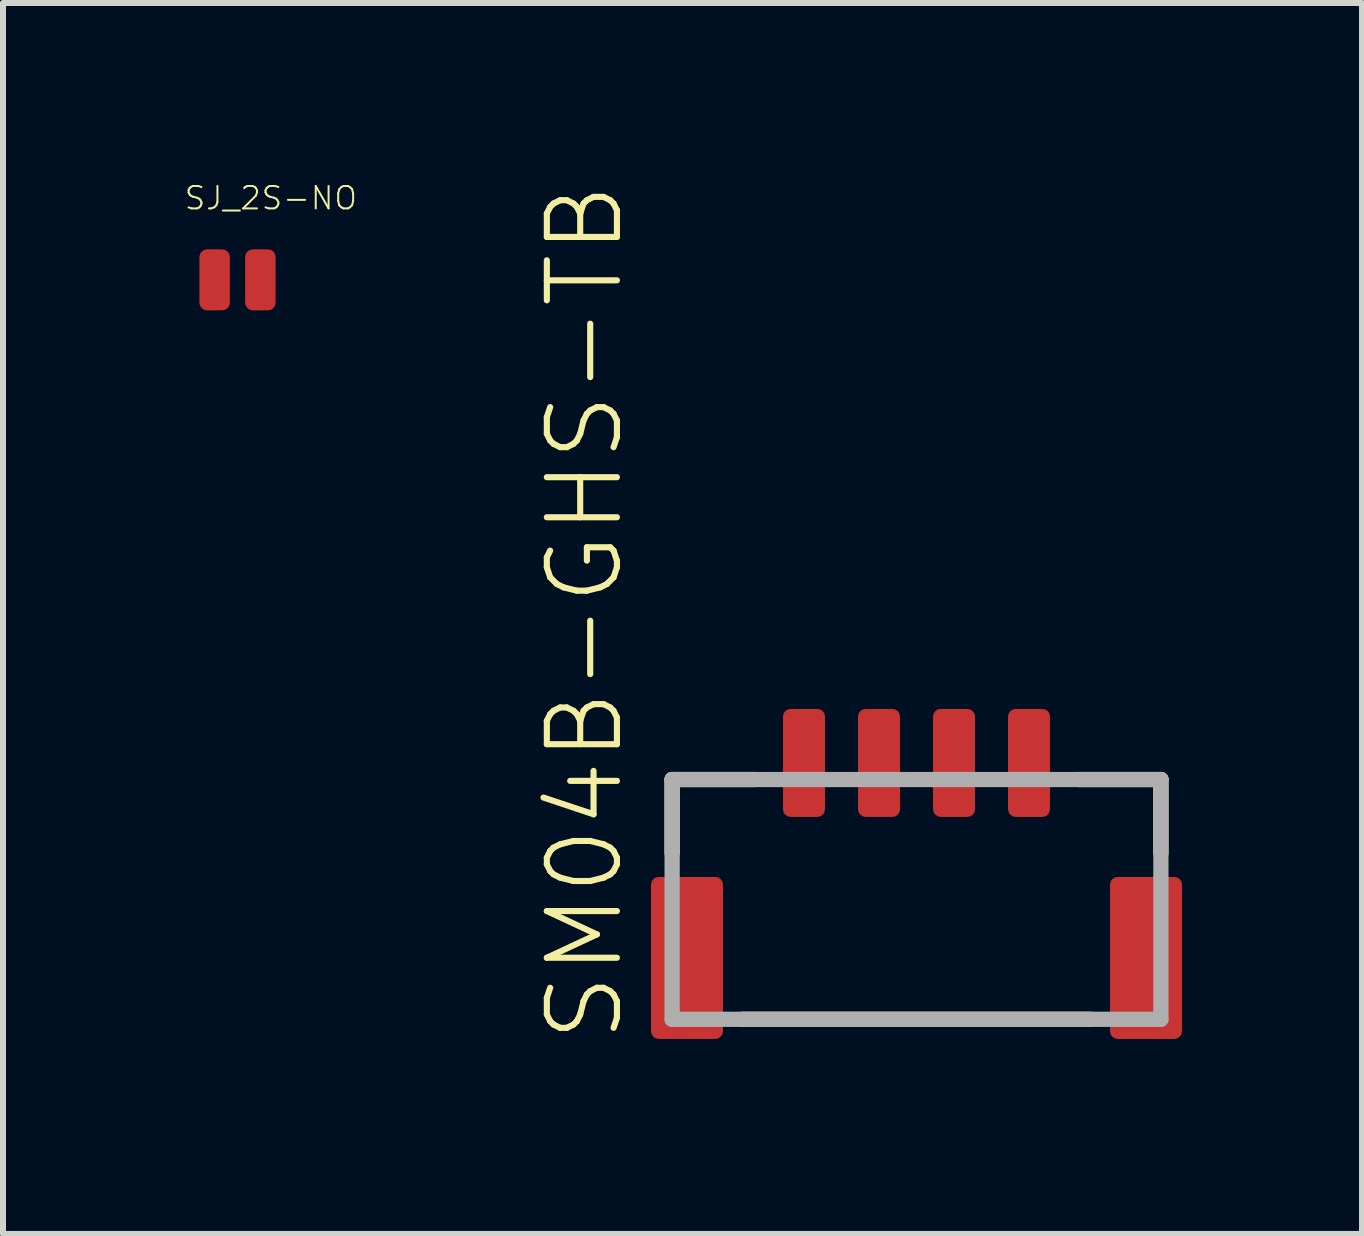
<source format=kicad_pcb>
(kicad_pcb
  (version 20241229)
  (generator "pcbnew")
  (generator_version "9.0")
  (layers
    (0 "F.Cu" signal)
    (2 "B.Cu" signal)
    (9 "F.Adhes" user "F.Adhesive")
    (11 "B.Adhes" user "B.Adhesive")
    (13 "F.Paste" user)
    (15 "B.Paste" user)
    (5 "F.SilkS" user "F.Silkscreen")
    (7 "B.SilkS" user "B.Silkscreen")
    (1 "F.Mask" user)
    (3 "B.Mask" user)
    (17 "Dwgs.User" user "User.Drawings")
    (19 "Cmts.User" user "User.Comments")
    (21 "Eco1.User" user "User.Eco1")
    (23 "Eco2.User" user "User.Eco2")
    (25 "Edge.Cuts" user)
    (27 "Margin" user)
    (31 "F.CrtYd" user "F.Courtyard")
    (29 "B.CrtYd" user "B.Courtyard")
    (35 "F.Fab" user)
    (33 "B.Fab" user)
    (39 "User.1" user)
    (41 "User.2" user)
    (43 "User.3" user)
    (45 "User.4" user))
  (footprint "SM04B-GHS-TB"
    (layer "F.Cu")
    (at 12.225 14.265)
    (property "Reference" "SM04B-GHS-TB" (at -4.845 0.105 90) (layer "F.SilkS") (effects (font (size 1.168 1.168) (thickness 0.102)) (justify left bottom)))
    (fp_line (start -4.073 -4.323) (end -2.7 -4.323) (stroke (width 0.254) (type solid)) (layer "F.SilkS"))
    (fp_line (start -4.073 -3.1) (end -4.073 -4.323) (stroke (width 0.254) (type solid)) (layer "F.SilkS"))
    (fp_line (start -2.9 -0.327) (end 2.9 -0.327) (stroke (width 0.254) (type solid)) (layer "F.SilkS"))
    (fp_line (start 4.073 -4.323) (end 2.7 -4.323) (stroke (width 0.254) (type solid)) (layer "F.SilkS"))
    (fp_line (start 4.073 -3.1) (end 4.073 -4.323) (stroke (width 0.254) (type solid)) (layer "F.SilkS"))
    (fp_line (start -4.073 -4.323) (end 4.073 -4.323) (stroke (width 0.254) (type solid)) (layer "F.Fab"))
    (fp_line (start -4.073 -0.327) (end -4.073 -4.323) (stroke (width 0.254) (type solid)) (layer "F.Fab"))
    (fp_line (start 4.073 -4.323) (end 4.073 -0.327) (stroke (width 0.254) (type solid)) (layer "F.Fab"))
    (fp_line (start 4.073 -0.327) (end -4.073 -0.327) (stroke (width 0.254) (type solid)) (layer "F.Fab"))
    (pad "1" smd roundrect (at -1.875 -4.6) (size 0.7 1.8) (layers "F.Cu" "F.Mask" "F.Paste") (roundrect_rratio 0.181))
    (pad "2" smd roundrect (at -0.625 -4.6) (size 0.7 1.8) (layers "F.Cu" "F.Mask" "F.Paste") (roundrect_rratio 0.181))
    (pad "3" smd roundrect (at 0.625 -4.6) (size 0.7 1.8) (layers "F.Cu" "F.Mask" "F.Paste") (roundrect_rratio 0.181))
    (pad "4" smd roundrect (at 1.875 -4.6) (size 0.7 1.8) (layers "F.Cu" "F.Mask" "F.Paste") (roundrect_rratio 0.181))
    (pad "FIT@1" smd roundrect (at -3.825 -1.35) (size 1.2 2.7) (layers "F.Cu" "F.Mask" "F.Paste") (roundrect_rratio 0.106))
    (pad "FIT@2" smd roundrect (at 3.825 -1.35) (size 1.2 2.7) (layers "F.Cu" "F.Mask" "F.Paste") (roundrect_rratio 0.106)))
  (footprint "SJ_2S-NO"
    (layer "F.Cu")
    (at 0.908 1.614)
    (property "Reference" "SJ_2S-NO" (at -0.908 -1.143 0) (layer "F.SilkS") (effects (font (size 0.374 0.374) (thickness 0.033)) (justify left bottom)))
    (pad "1" smd roundrect (at -0.381 0) (size 0.508 1.016) (layers "F.Cu" "F.Mask" "F.Paste") (roundrect_rratio 0.25))
    (pad "2" smd roundrect (at 0.381 0) (size 0.508 1.016) (layers "F.Cu" "F.Mask" "F.Paste") (roundrect_rratio 0.25)))
  (gr_rect
    (start -3 -3)
    (end 19.65 17.515)
    (stroke (width 0.1) (type default))
    (fill no)
    (layer "Edge.Cuts")))
</source>
